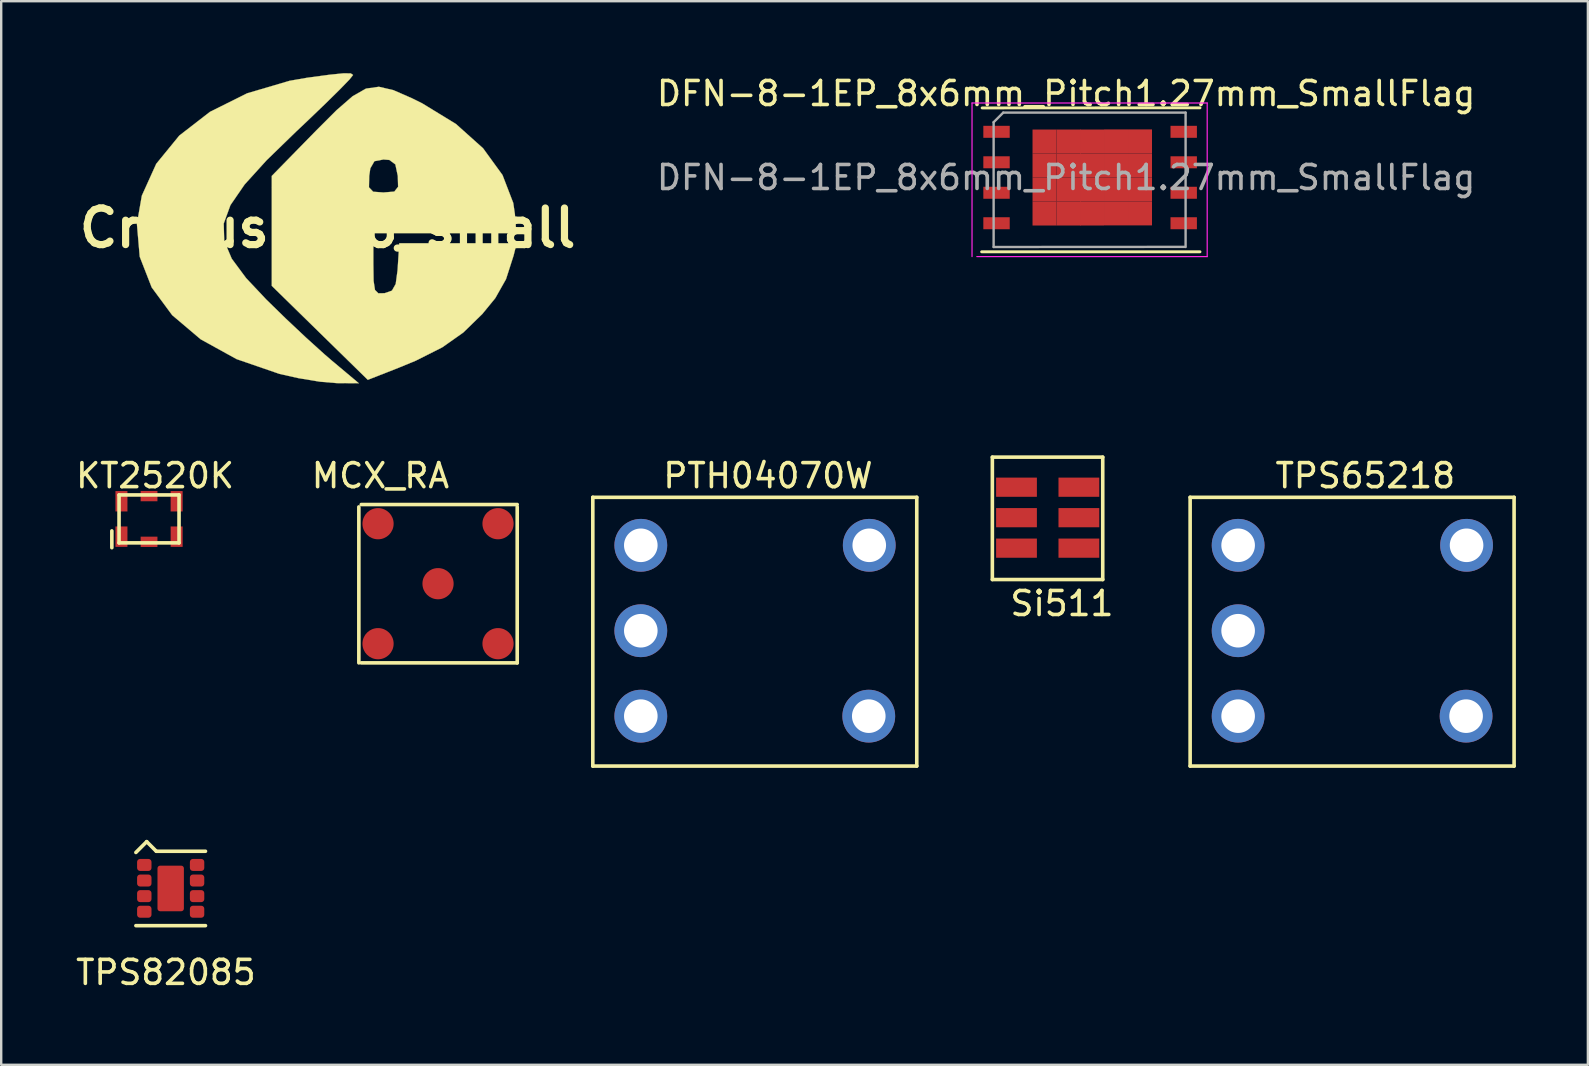
<source format=kicad_pcb>
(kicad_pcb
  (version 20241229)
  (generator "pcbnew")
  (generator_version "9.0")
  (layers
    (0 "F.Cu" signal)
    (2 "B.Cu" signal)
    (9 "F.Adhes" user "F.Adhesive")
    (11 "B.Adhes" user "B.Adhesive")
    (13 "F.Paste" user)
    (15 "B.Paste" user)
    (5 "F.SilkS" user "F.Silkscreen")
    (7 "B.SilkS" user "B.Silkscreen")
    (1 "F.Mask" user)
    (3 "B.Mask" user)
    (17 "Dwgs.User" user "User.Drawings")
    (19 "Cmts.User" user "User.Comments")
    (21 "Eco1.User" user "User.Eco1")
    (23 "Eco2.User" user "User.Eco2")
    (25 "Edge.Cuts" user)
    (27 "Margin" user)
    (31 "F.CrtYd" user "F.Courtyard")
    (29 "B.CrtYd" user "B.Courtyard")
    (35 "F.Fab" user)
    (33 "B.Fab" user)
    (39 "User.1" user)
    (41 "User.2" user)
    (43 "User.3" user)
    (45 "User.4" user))
  (footprint "Si511"
    (layer "F.Cu")
    (at 40.704 18.601)
    (property "Reference" "Si511" (at 0.5 3.5 180) (layer "F.SilkS") (effects (font (size 1 1) (thickness 0.15))))
    (attr through_hole)
    (fp_line (start -2.4 -2.6) (end 2.2 -2.6) (stroke (width 0.15) (type solid)) (layer "F.SilkS"))
    (fp_line (start -2.4 2.5) (end -2.4 -2.6) (stroke (width 0.15) (type solid)) (layer "F.SilkS"))
    (fp_line (start 2.2 -2.6) (end 2.2 2.5) (stroke (width 0.15) (type solid)) (layer "F.SilkS"))
    (fp_line (start 2.2 2.5) (end -2.4 2.5) (stroke (width 0.15) (type solid)) (layer "F.SilkS"))
    (pad "1" smd rect (at -1.394 -1.348 270) (size 0.8 1.7) (layers "F.Cu" "F.Mask" "F.Paste"))
    (pad "2" smd rect (at -1.394 -0.078 270) (size 0.8 1.7) (layers "F.Cu" "F.Mask" "F.Paste"))
    (pad "3" smd rect (at -1.394 1.192 270) (size 0.8 1.7) (layers "F.Cu" "F.Mask" "F.Paste"))
    (pad "4" smd rect (at 1.206 1.192 270) (size 0.8 1.7) (layers "F.Cu" "F.Mask" "F.Paste"))
    (pad "5" smd rect (at 1.206 -0.078 270) (size 0.8 1.7) (layers "F.Cu" "F.Mask" "F.Paste"))
    (pad "6" smd rect (at 1.206 -1.348 270) (size 0.8 1.7) (layers "F.Cu" "F.Mask" "F.Paste")))
  (footprint "KT2520K"
    (layer "F.Cu")
    (at 3.211 18.574)
    (property "Reference" "KT2520K" (at 0.2 -1.8 0) (layer "F.SilkS") (effects (font (size 1 1) (thickness 0.15))))
    (attr through_hole)
    (fp_line (start -1.6 0.5) (end -1.6 1.2) (stroke (width 0.15) (type solid)) (layer "F.SilkS"))
    (fp_line (start -1.3 -1) (end 1.2 -1) (stroke (width 0.15) (type solid)) (layer "F.SilkS"))
    (fp_line (start -1.3 1) (end -1.3 -1) (stroke (width 0.15) (type solid)) (layer "F.SilkS"))
    (fp_line (start 1.2 -1) (end 1.2 1) (stroke (width 0.15) (type solid)) (layer "F.SilkS"))
    (fp_line (start 1.2 1) (end -1.3 1) (stroke (width 0.15) (type solid)) (layer "F.SilkS"))
    (pad "1" smd rect (at -1.2 0.74) (size 0.5 0.85) (layers "F.Cu" "F.Mask" "F.Paste"))
    (pad "2" smd rect (at -0.05 0.955) (size 0.7 0.43) (layers "F.Cu" "F.Mask" "F.Paste"))
    (pad "3" smd rect (at 1.1 0.74) (size 0.5 0.85) (layers "F.Cu" "F.Mask" "F.Paste"))
    (pad "4" smd rect (at 1.1 -0.735) (size 0.5 0.85) (layers "F.Cu" "F.Mask" "F.Paste"))
    (pad "5" smd rect (at -0.05 -0.95) (size 0.7 0.43) (layers "F.Cu" "F.Mask" "F.Paste"))
    (pad "6" smd rect (at -1.2 -0.735) (size 0.5 0.85) (layers "F.Cu" "F.Mask" "F.Paste")))
  (footprint "MCX_RA"
    (layer "F.Cu")
    (at 12.704 18.774)
    (property "Reference" "MCX_RA" (at 0.1 -2 0) (layer "F.SilkS") (effects (font (size 1 1) (thickness 0.15))))
    (attr through_hole)
    (fp_line (start -0.8 -0.7) (end -0.8 5.8) (stroke (width 0.15) (type solid)) (layer "F.SilkS"))
    (fp_line (start -0.7 5.8) (end 5.8 5.8) (stroke (width 0.15) (type solid)) (layer "F.SilkS"))
    (fp_line (start 5.8 -0.8) (end -0.7 -0.8) (stroke (width 0.15) (type solid)) (layer "F.SilkS"))
    (fp_line (start 5.8 5.8) (end 5.8 -0.7) (stroke (width 0.15) (type solid)) (layer "F.SilkS"))
    (pad "1" smd circle (at 2.5 2.5) (size 1.3 1.3) (layers "F.Cu" "F.Mask" "F.Paste"))
    (pad "2" smd circle (at 0 0) (size 1.3 1.3) (layers "F.Cu" "F.Mask" "F.Paste"))
    (pad "3" smd circle (at 5 0) (size 1.3 1.3) (layers "F.Cu" "F.Mask" "F.Paste"))
    (pad "4" smd circle (at 0 5) (size 1.3 1.3) (layers "F.Cu" "F.Mask" "F.Paste"))
    (pad "5" smd circle (at 5 5) (size 1.3 1.3) (layers "F.Cu" "F.Mask" "F.Paste")))
  (footprint "CronusLogo_small"
    (layer "F.Cu")
    (at 10.603 6.453)
    (property "Reference" "CronusLogo_small" (at 0 0 0) (layer "F.SilkS") (effects (font (size 1.524 1.524) (thickness 0.3))))
    (attr through_hole)
    (fp_poly (pts (xy 0.965 -6.444) (xy 1.058 -6.382) (xy 1.058 -6.375) (xy 0.912 -6.192) (xy 0.508 -5.775) (xy -0.1 -5.176) (xy -0.858 -4.449) (xy -1.302 -4.03) (xy -2.545 -2.823) (xy -3.458 -1.816) (xy -4.05 -0.955) (xy -4.33 -0.187) (xy -4.309 0.539) (xy -3.995 1.278) (xy -3.399 2.083) (xy -2.557 2.978) (xy -1.743 3.773) (xy -0.892 4.573) (xy -0.137 5.256) (xy 0.174 5.524) (xy 1.3 6.468) (xy 0.374 6.462) (xy -0.323 6.403) (xy -1.218 6.255) (xy -2.01 6.077) (xy -3.794 5.462) (xy -5.291 4.636) (xy -6.478 3.63) (xy -7.332 2.473) (xy -7.83 1.196) (xy -7.948 -0.172) (xy -7.743 -1.348) (xy -7.142 -2.677) (xy -6.181 -3.853) (xy -4.904 -4.842) (xy -3.357 -5.614) (xy -1.585 -6.136) (xy -0.847 -6.264) (xy 0.082 -6.389) (xy 0.663 -6.448) (xy 0.965 -6.444)) (stroke (width 0.01) (type solid)) (fill yes) (layer "F.SilkS"))
    (fp_poly (pts (xy 2.742 -5.746) (xy 3.508 -5.411) (xy 3.94 -5.197) (xy 5.347 -4.337) (xy 6.478 -3.324) (xy 7.288 -2.209) (xy 7.736 -1.045) (xy 7.804 -0.582) (xy 7.864 0.212) (xy 1.905 0.212) (xy 1.905 1.496) (xy 1.916 2.203) (xy 1.974 2.58) (xy 2.114 2.72) (xy 2.374 2.715) (xy 2.381 2.713) (xy 2.679 2.609) (xy 2.837 2.33) (xy 2.914 1.76) (xy 2.922 1.64) (xy 2.987 0.635) (xy 7.878 0.635) (xy 7.747 1.155) (xy 7.434 2.13) (xy 6.986 2.923) (xy 6.445 3.583) (xy 5.656 4.352) (xy 4.776 4.972) (xy 3.675 5.527) (xy 2.96 5.822) (xy 1.674 6.326) (xy -0.327 4.367) (xy -2.328 2.408) (xy -2.328 -1.698) (xy 1.723 -1.698) (xy 1.898 -1.513) (xy 2.328 -1.482) (xy 2.778 -1.519) (xy 2.937 -1.719) (xy 2.924 -2.17) (xy 2.822 -2.652) (xy 2.574 -2.837) (xy 2.328 -2.857) (xy 1.95 -2.785) (xy 1.779 -2.486) (xy 1.733 -2.17) (xy 1.723 -1.698) (xy -2.328 -1.698) (xy -2.328 -2.171) (xy -0.491 -4.049) (xy 0.375 -4.915) (xy 1.042 -5.494) (xy 1.599 -5.811) (xy 2.136 -5.887) (xy 2.742 -5.746)) (stroke (width 0.01) (type solid)) (fill yes) (layer "F.SilkS")))
  (footprint "TPS82085"
    (layer "F.Cu")
    (at 4.063 33.974)
    (property "Reference" "TPS82085" (at -0.2 3.5 0) (layer "F.SilkS") (effects (font (size 1 1) (thickness 0.15))))
    (attr through_hole)
    (fp_line (start -1 -1.95) (end -1.45 -1.5) (stroke (width 0.15) (type solid)) (layer "F.SilkS"))
    (fp_line (start -0.6 -1.55) (end -1 -1.95) (stroke (width 0.15) (type solid)) (layer "F.SilkS"))
    (fp_line (start -0.6 -1.55) (end 1.45 -1.55) (stroke (width 0.15) (type solid)) (layer "F.SilkS"))
    (fp_line (start 1.45 1.55) (end -1.45 1.55) (stroke (width 0.15) (type solid)) (layer "F.SilkS"))
    (pad "1" smd roundrect (at -1.1 -0.98 90) (size 0.5 0.6) (layers "F.Cu" "F.Mask" "F.Paste") (roundrect_rratio 0.25))
    (pad "2" smd roundrect (at -1.1 -0.33 90) (size 0.5 0.6) (layers "F.Cu" "F.Mask" "F.Paste") (roundrect_rratio 0.25))
    (pad "3" smd roundrect (at -1.1 0.32 90) (size 0.5 0.6) (layers "F.Cu" "F.Mask" "F.Paste") (roundrect_rratio 0.25))
    (pad "4" smd roundrect (at -1.1 0.97 90) (size 0.5 0.6) (layers "F.Cu" "F.Mask" "F.Paste") (roundrect_rratio 0.25))
    (pad "5" smd roundrect (at 1.1 0.97 90) (size 0.5 0.6) (layers "F.Cu" "F.Mask" "F.Paste") (roundrect_rratio 0.25))
    (pad "6" smd roundrect (at 1.1 0.32 90) (size 0.5 0.6) (layers "F.Cu" "F.Mask" "F.Paste") (roundrect_rratio 0.25))
    (pad "7" smd roundrect (at 1.1 -0.33 90) (size 0.5 0.6) (layers "F.Cu" "F.Mask" "F.Paste") (roundrect_rratio 0.25))
    (pad "8" smd roundrect (at 1.1 -0.98 90) (size 0.5 0.6) (layers "F.Cu" "F.Mask" "F.Paste") (roundrect_rratio 0.25))
    (pad "9" smd roundrect (at 0 0 90) (size 1.9 1.1) (layers "F.Cu" "F.Mask" "F.Paste") (roundrect_rratio 0.1)))
  (footprint "DFN-8-1EP_8x6mm_Pitch1.27mm_SmallFlag"
    (layer "F.Cu")
    (at 42.457 4.343)
    (property "Reference" "DFN-8-1EP_8x6mm_Pitch1.27mm_SmallFlag" (at -1.079 -3.495 0) (layer "F.SilkS") (effects (font (size 1 1) (thickness 0.15))))
    (attr smd)
    (fp_line (start -4.6 3.1) (end 4.5 3.1) (stroke (width 0.12) (type solid)) (layer "F.SilkS"))
    (fp_line (start -4.579 -2.895) (end 4.5 -2.9) (stroke (width 0.12) (type solid)) (layer "F.SilkS"))
    (fp_line (start -5 -3.1) (end 4.8 -3.1) (stroke (width 0.05) (type solid)) (layer "F.CrtYd"))
    (fp_line (start -5 3.3) (end -5 -3.1) (stroke (width 0.05) (type solid)) (layer "F.CrtYd"))
    (fp_line (start 4.8 -3.1) (end 4.8 3.3) (stroke (width 0.05) (type solid)) (layer "F.CrtYd"))
    (fp_line (start 4.8 3.3) (end -4.8 3.3) (stroke (width 0.05) (type solid)) (layer "F.CrtYd"))
    (fp_line (start -4.1 2.9) (end -4.1 -2.3) (stroke (width 0.1) (type solid)) (layer "F.Fab"))
    (fp_line (start -3.7 -2.7) (end -4.1 -2.3) (stroke (width 0.1) (type solid)) (layer "F.Fab"))
    (fp_line (start -3.7 -2.7) (end 3.9 -2.7) (stroke (width 0.1) (type solid)) (layer "F.Fab"))
    (fp_line (start 3.879 2.895) (end -4.1 2.9) (stroke (width 0.1) (type solid)) (layer "F.Fab"))
    (fp_line (start 3.9 -2.7) (end 3.9 2.9) (stroke (width 0.1) (type solid)) (layer "F.Fab"))
    (fp_text user "${REFERENCE}" (at -1.079 0.005 0) (layer "F.Fab") (effects (font (size 1 1) (thickness 0.15))))
    (pad "1" smd rect (at -3.979 -1.9 270) (size 0.5 1.1) (layers "F.Cu" "F.Mask" "F.Paste"))
    (pad "2" smd rect (at -3.979 -0.63 270) (size 0.5 1.1) (layers "F.Cu" "F.Mask" "F.Paste"))
    (pad "3" smd rect (at -3.979 0.64 270) (size 0.5 1.1) (layers "F.Cu" "F.Mask" "F.Paste"))
    (pad "4" smd rect (at -3.979 1.91 270) (size 0.5 1.1) (layers "F.Cu" "F.Mask" "F.Paste"))
    (pad "5" smd rect (at 3.821 1.91 270) (size 0.5 1.1) (layers "F.Cu" "F.Mask" "F.Paste"))
    (pad "6" smd rect (at 3.821 0.64 270) (size 0.5 1.1) (layers "F.Cu" "F.Mask" "F.Paste"))
    (pad "7" smd rect (at 3.821 -0.63 270) (size 0.5 1.1) (layers "F.Cu" "F.Mask" "F.Paste"))
    (pad "8" smd rect (at 3.821 -1.9 270) (size 0.5 1.1) (layers "F.Cu" "F.Mask" "F.Paste"))
    (pad "9" smd rect (at -1.979 -1.495 270) (size 1 1) (layers "F.Cu" "F.Mask" "F.Paste"))
    (pad "9" smd rect (at -1.979 -0.495 270) (size 1 1) (layers "F.Cu" "F.Mask" "F.Paste"))
    (pad "9" smd rect (at -1.979 0.505 270) (size 1 1) (layers "F.Cu" "F.Mask" "F.Paste"))
    (pad "9" smd rect (at -1.979 1.505 270) (size 1 1) (layers "F.Cu" "F.Mask" "F.Paste"))
    (pad "9" smd rect (at -0.979 -1.495 270) (size 1 1) (layers "F.Cu" "F.Mask" "F.Paste"))
    (pad "9" smd rect (at -0.979 -0.495 270) (size 1 1) (layers "F.Cu" "F.Mask" "F.Paste"))
    (pad "9" smd rect (at -0.979 0.505 270) (size 1 1) (layers "F.Cu" "F.Mask" "F.Paste"))
    (pad "9" smd rect (at -0.979 1.505 270) (size 1 1) (layers "F.Cu" "F.Mask" "F.Paste"))
    (pad "9" smd rect (at 0 -1.495 270) (size 1 1) (layers "F.Cu" "F.Mask" "F.Paste"))
    (pad "9" smd rect (at 0 -0.495 270) (size 1 1) (layers "F.Cu" "F.Mask" "F.Paste"))
    (pad "9" smd rect (at 0 0.505 270) (size 1 1) (layers "F.Cu" "F.Mask" "F.Paste"))
    (pad "9" smd rect (at 0 1.505 270) (size 1 1) (layers "F.Cu" "F.Mask" "F.Paste"))
    (pad "9" smd rect (at 1 -1.5 270) (size 1 1) (layers "F.Cu" "F.Mask" "F.Paste"))
    (pad "9" smd rect (at 1 -0.5 270) (size 1 1) (layers "F.Cu" "F.Mask" "F.Paste"))
    (pad "9" smd rect (at 1 0.5 270) (size 1 1) (layers "F.Cu" "F.Mask" "F.Paste"))
    (pad "9" smd rect (at 1 1.5 270) (size 1 1) (layers "F.Cu" "F.Mask" "F.Paste"))
    (pad "9" smd rect (at 2 -1.5 270) (size 1 1) (layers "F.Cu" "F.Mask" "F.Paste"))
    (pad "9" smd rect (at 2 -0.5 270) (size 1 1) (layers "F.Cu" "F.Mask" "F.Paste"))
    (pad "9" smd rect (at 2 0.5 270) (size 1 1) (layers "F.Cu" "F.Mask" "F.Paste"))
    (pad "9" smd rect (at 2 1.5 270) (size 1 1) (layers "F.Cu" "F.Mask" "F.Paste")))
  (footprint "TPS65218"
    (layer "F.Cu")
    (at 48.546 19.674)
    (property "Reference" "TPS65218" (at 5.3 -2.9 0) (layer "F.SilkS") (effects (font (size 1 1) (thickness 0.15))))
    (attr through_hole)
    (fp_line (start -2 9.2) (end -2 -2) (stroke (width 0.15) (type solid)) (layer "F.SilkS"))
    (fp_line (start -2 9.2) (end 11.5 9.2) (stroke (width 0.15) (type solid)) (layer "F.SilkS"))
    (fp_line (start 11.5 -2) (end -2 -2) (stroke (width 0.15) (type solid)) (layer "F.SilkS"))
    (fp_line (start 11.5 -2) (end 11.5 9.2) (stroke (width 0.15) (type solid)) (layer "F.SilkS"))
    (pad "1" thru_hole circle (at 0 0) (size 2.2 2.2) (drill 1.4) (layers "*.Cu" "*.Mask"))
    (pad "2" thru_hole circle (at 0 3.56) (size 2.2 2.2) (drill 1.4) (layers "*.Cu" "*.Mask"))
    (pad "3" thru_hole circle (at 0 7.12) (size 2.2 2.2) (drill 1.4) (layers "*.Cu" "*.Mask"))
    (pad "4" thru_hole circle (at 9.5 7.12) (size 2.2 2.2) (drill 1.4) (layers "*.Cu" "*.Mask"))
    (pad "5" thru_hole circle (at 9.52 0) (size 2.2 2.2) (drill 1.4) (layers "*.Cu" "*.Mask")))
  (footprint "PTH04070W"
    (layer "F.Cu")
    (at 27.654 22.074)
    (property "Reference" "PTH04070W" (at 1.3 -5.3 0) (layer "F.SilkS") (effects (font (size 1 1) (thickness 0.15))))
    (attr through_hole)
    (fp_line (start -6 6.8) (end -6 -4.4) (stroke (width 0.15) (type solid)) (layer "F.SilkS"))
    (fp_line (start -6 6.8) (end 7.5 6.8) (stroke (width 0.15) (type solid)) (layer "F.SilkS"))
    (fp_line (start 7.5 -4.4) (end -6 -4.4) (stroke (width 0.15) (type solid)) (layer "F.SilkS"))
    (fp_line (start 7.5 -4.4) (end 7.5 6.8) (stroke (width 0.15) (type solid)) (layer "F.SilkS"))
    (pad "1" thru_hole circle (at -4 -2.4) (size 2.2 2.2) (drill 1.4) (layers "*.Cu" "*.Mask"))
    (pad "2" thru_hole circle (at -4 1.16) (size 2.2 2.2) (drill 1.4) (layers "*.Cu" "*.Mask"))
    (pad "3" thru_hole circle (at -4 4.72) (size 2.2 2.2) (drill 1.4) (layers "*.Cu" "*.Mask"))
    (pad "4" thru_hole circle (at 5.5 4.72) (size 2.2 2.2) (drill 1.4) (layers "*.Cu" "*.Mask"))
    (pad "5" thru_hole circle (at 5.52 -2.4) (size 2.2 2.2) (drill 1.4) (layers "*.Cu" "*.Mask")))
  (gr_rect
    (start -3 -3)
    (end 63.121 41.322)
    (stroke (width 0.1) (type default))
    (fill no)
    (layer "Edge.Cuts")))
</source>
